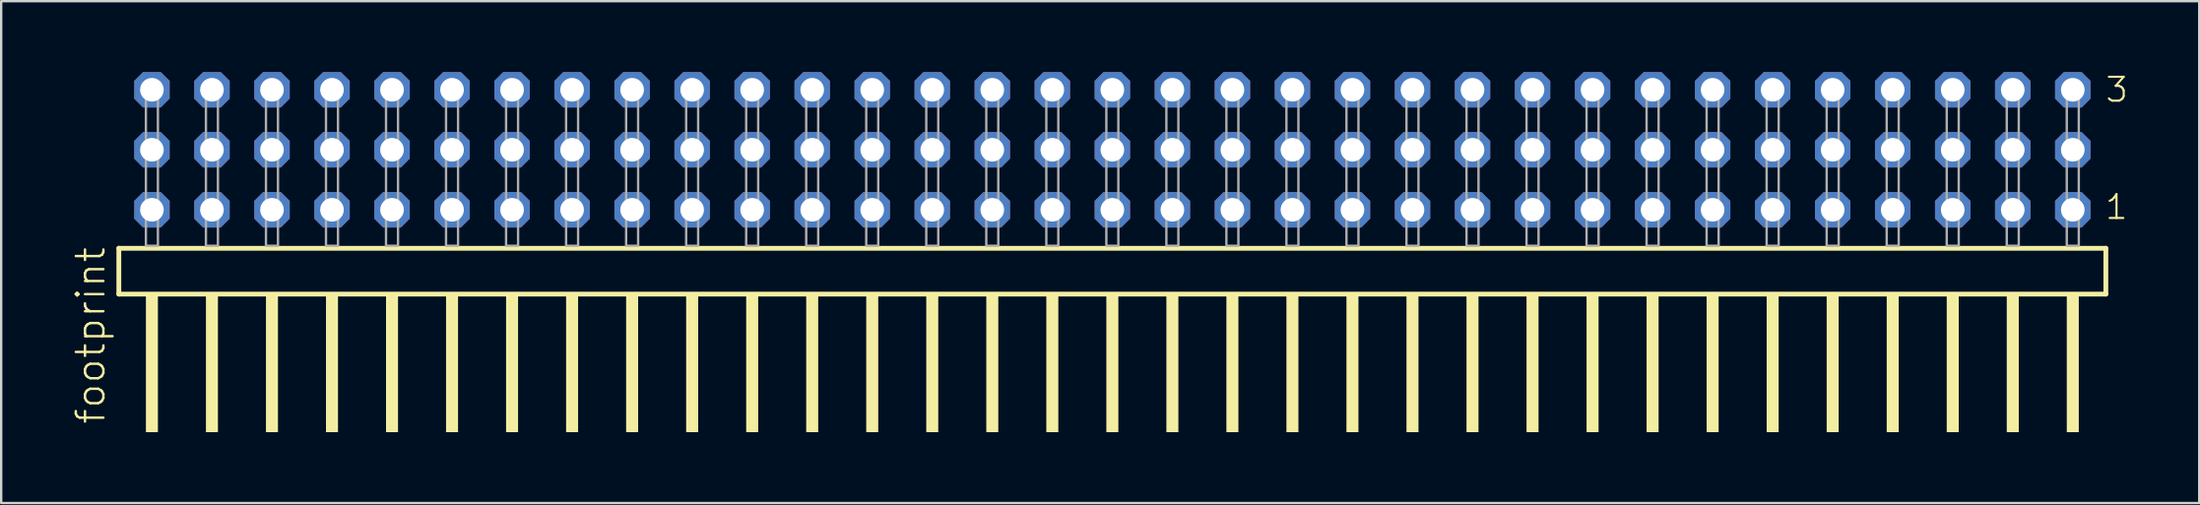
<source format=kicad_pcb>
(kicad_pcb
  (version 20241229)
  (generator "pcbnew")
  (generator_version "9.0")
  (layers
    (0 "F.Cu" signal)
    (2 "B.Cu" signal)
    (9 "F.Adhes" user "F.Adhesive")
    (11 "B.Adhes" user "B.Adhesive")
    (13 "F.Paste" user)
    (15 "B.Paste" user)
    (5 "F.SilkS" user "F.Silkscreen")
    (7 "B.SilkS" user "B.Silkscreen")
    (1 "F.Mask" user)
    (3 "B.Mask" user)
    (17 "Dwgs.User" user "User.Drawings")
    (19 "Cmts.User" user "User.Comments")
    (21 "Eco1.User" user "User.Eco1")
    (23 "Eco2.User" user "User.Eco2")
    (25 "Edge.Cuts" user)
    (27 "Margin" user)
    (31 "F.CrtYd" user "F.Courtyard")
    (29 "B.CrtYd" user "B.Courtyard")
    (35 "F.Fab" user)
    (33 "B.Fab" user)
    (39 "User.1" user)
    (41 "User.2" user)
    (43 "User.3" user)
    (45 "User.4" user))
  (footprint "footprint"
    (layer "F.Cu")
    (at 44.018 7.354)
    (property "Reference" "footprint" (at -42.545 7.62 90) (layer "F.SilkS") (effects (font (size 1.168 1.168) (thickness 0.102)) (justify left bottom)))
    (fp_line (start -42.039 0.106) (end -42.039 2.046) (stroke (width 0.203) (type solid)) (layer "F.SilkS"))
    (fp_line (start -42.039 2.046) (end 42.039 2.046) (stroke (width 0.203) (type solid)) (layer "F.SilkS"))
    (fp_line (start 42.039 0.106) (end -42.039 0.106) (stroke (width 0.203) (type solid)) (layer "F.SilkS"))
    (fp_line (start 42.039 2.046) (end 42.039 0.106) (stroke (width 0.203) (type solid)) (layer "F.SilkS"))
    (fp_poly (pts (xy -40.894 7.89) (xy -40.386 7.89) (xy -40.386 2.04) (xy -40.894 2.04)) (stroke (width 0) (type solid)) (fill yes) (layer "F.SilkS"))
    (fp_poly (pts (xy -38.354 7.89) (xy -37.846 7.89) (xy -37.846 2.04) (xy -38.354 2.04)) (stroke (width 0) (type solid)) (fill yes) (layer "F.SilkS"))
    (fp_poly (pts (xy -35.814 7.89) (xy -35.306 7.89) (xy -35.306 2.04) (xy -35.814 2.04)) (stroke (width 0) (type solid)) (fill yes) (layer "F.SilkS"))
    (fp_poly (pts (xy -33.274 7.89) (xy -32.766 7.89) (xy -32.766 2.04) (xy -33.274 2.04)) (stroke (width 0) (type solid)) (fill yes) (layer "F.SilkS"))
    (fp_poly (pts (xy -30.734 7.89) (xy -30.226 7.89) (xy -30.226 2.04) (xy -30.734 2.04)) (stroke (width 0) (type solid)) (fill yes) (layer "F.SilkS"))
    (fp_poly (pts (xy -28.194 7.89) (xy -27.686 7.89) (xy -27.686 2.04) (xy -28.194 2.04)) (stroke (width 0) (type solid)) (fill yes) (layer "F.SilkS"))
    (fp_poly (pts (xy -25.654 7.89) (xy -25.146 7.89) (xy -25.146 2.04) (xy -25.654 2.04)) (stroke (width 0) (type solid)) (fill yes) (layer "F.SilkS"))
    (fp_poly (pts (xy -23.114 7.89) (xy -22.606 7.89) (xy -22.606 2.04) (xy -23.114 2.04)) (stroke (width 0) (type solid)) (fill yes) (layer "F.SilkS"))
    (fp_poly (pts (xy -20.574 7.89) (xy -20.066 7.89) (xy -20.066 2.04) (xy -20.574 2.04)) (stroke (width 0) (type solid)) (fill yes) (layer "F.SilkS"))
    (fp_poly (pts (xy -18.034 7.89) (xy -17.526 7.89) (xy -17.526 2.04) (xy -18.034 2.04)) (stroke (width 0) (type solid)) (fill yes) (layer "F.SilkS"))
    (fp_poly (pts (xy -15.494 7.89) (xy -14.986 7.89) (xy -14.986 2.04) (xy -15.494 2.04)) (stroke (width 0) (type solid)) (fill yes) (layer "F.SilkS"))
    (fp_poly (pts (xy -12.954 7.89) (xy -12.446 7.89) (xy -12.446 2.04) (xy -12.954 2.04)) (stroke (width 0) (type solid)) (fill yes) (layer "F.SilkS"))
    (fp_poly (pts (xy -10.414 7.89) (xy -9.906 7.89) (xy -9.906 2.04) (xy -10.414 2.04)) (stroke (width 0) (type solid)) (fill yes) (layer "F.SilkS"))
    (fp_poly (pts (xy -7.874 7.89) (xy -7.366 7.89) (xy -7.366 2.04) (xy -7.874 2.04)) (stroke (width 0) (type solid)) (fill yes) (layer "F.SilkS"))
    (fp_poly (pts (xy -5.334 7.89) (xy -4.826 7.89) (xy -4.826 2.04) (xy -5.334 2.04)) (stroke (width 0) (type solid)) (fill yes) (layer "F.SilkS"))
    (fp_poly (pts (xy -2.794 7.89) (xy -2.286 7.89) (xy -2.286 2.04) (xy -2.794 2.04)) (stroke (width 0) (type solid)) (fill yes) (layer "F.SilkS"))
    (fp_poly (pts (xy -0.254 7.89) (xy 0.254 7.89) (xy 0.254 2.04) (xy -0.254 2.04)) (stroke (width 0) (type solid)) (fill yes) (layer "F.SilkS"))
    (fp_poly (pts (xy 2.286 7.89) (xy 2.794 7.89) (xy 2.794 2.04) (xy 2.286 2.04)) (stroke (width 0) (type solid)) (fill yes) (layer "F.SilkS"))
    (fp_poly (pts (xy 4.826 7.89) (xy 5.334 7.89) (xy 5.334 2.04) (xy 4.826 2.04)) (stroke (width 0) (type solid)) (fill yes) (layer "F.SilkS"))
    (fp_poly (pts (xy 7.366 7.89) (xy 7.874 7.89) (xy 7.874 2.04) (xy 7.366 2.04)) (stroke (width 0) (type solid)) (fill yes) (layer "F.SilkS"))
    (fp_poly (pts (xy 9.906 7.89) (xy 10.414 7.89) (xy 10.414 2.04) (xy 9.906 2.04)) (stroke (width 0) (type solid)) (fill yes) (layer "F.SilkS"))
    (fp_poly (pts (xy 12.446 7.89) (xy 12.954 7.89) (xy 12.954 2.04) (xy 12.446 2.04)) (stroke (width 0) (type solid)) (fill yes) (layer "F.SilkS"))
    (fp_poly (pts (xy 14.986 7.89) (xy 15.494 7.89) (xy 15.494 2.04) (xy 14.986 2.04)) (stroke (width 0) (type solid)) (fill yes) (layer "F.SilkS"))
    (fp_poly (pts (xy 17.526 7.89) (xy 18.034 7.89) (xy 18.034 2.04) (xy 17.526 2.04)) (stroke (width 0) (type solid)) (fill yes) (layer "F.SilkS"))
    (fp_poly (pts (xy 20.066 7.89) (xy 20.574 7.89) (xy 20.574 2.04) (xy 20.066 2.04)) (stroke (width 0) (type solid)) (fill yes) (layer "F.SilkS"))
    (fp_poly (pts (xy 22.606 7.89) (xy 23.114 7.89) (xy 23.114 2.04) (xy 22.606 2.04)) (stroke (width 0) (type solid)) (fill yes) (layer "F.SilkS"))
    (fp_poly (pts (xy 25.146 7.89) (xy 25.654 7.89) (xy 25.654 2.04) (xy 25.146 2.04)) (stroke (width 0) (type solid)) (fill yes) (layer "F.SilkS"))
    (fp_poly (pts (xy 27.686 7.89) (xy 28.194 7.89) (xy 28.194 2.04) (xy 27.686 2.04)) (stroke (width 0) (type solid)) (fill yes) (layer "F.SilkS"))
    (fp_poly (pts (xy 30.226 7.89) (xy 30.734 7.89) (xy 30.734 2.04) (xy 30.226 2.04)) (stroke (width 0) (type solid)) (fill yes) (layer "F.SilkS"))
    (fp_poly (pts (xy 32.766 7.89) (xy 33.274 7.89) (xy 33.274 2.04) (xy 32.766 2.04)) (stroke (width 0) (type solid)) (fill yes) (layer "F.SilkS"))
    (fp_poly (pts (xy 35.306 7.89) (xy 35.814 7.89) (xy 35.814 2.04) (xy 35.306 2.04)) (stroke (width 0) (type solid)) (fill yes) (layer "F.SilkS"))
    (fp_poly (pts (xy 37.846 7.89) (xy 38.354 7.89) (xy 38.354 2.04) (xy 37.846 2.04)) (stroke (width 0) (type solid)) (fill yes) (layer "F.SilkS"))
    (fp_poly (pts (xy 40.386 7.89) (xy 40.894 7.89) (xy 40.894 2.04) (xy 40.386 2.04)) (stroke (width 0) (type solid)) (fill yes) (layer "F.SilkS"))
    (fp_poly (pts (xy -40.894 0) (xy -40.386 0) (xy -40.386 -6.858) (xy -40.894 -6.858)) (stroke (width 0.1) (type solid)) (fill no) (layer "F.Fab"))
    (fp_poly (pts (xy -38.354 0) (xy -37.846 0) (xy -37.846 -6.858) (xy -38.354 -6.858)) (stroke (width 0.1) (type solid)) (fill no) (layer "F.Fab"))
    (fp_poly (pts (xy -35.814 0) (xy -35.306 0) (xy -35.306 -6.858) (xy -35.814 -6.858)) (stroke (width 0.1) (type solid)) (fill no) (layer "F.Fab"))
    (fp_poly (pts (xy -33.274 0) (xy -32.766 0) (xy -32.766 -6.858) (xy -33.274 -6.858)) (stroke (width 0.1) (type solid)) (fill no) (layer "F.Fab"))
    (fp_poly (pts (xy -30.734 0) (xy -30.226 0) (xy -30.226 -6.858) (xy -30.734 -6.858)) (stroke (width 0.1) (type solid)) (fill no) (layer "F.Fab"))
    (fp_poly (pts (xy -28.194 0) (xy -27.686 0) (xy -27.686 -6.858) (xy -28.194 -6.858)) (stroke (width 0.1) (type solid)) (fill no) (layer "F.Fab"))
    (fp_poly (pts (xy -25.654 0) (xy -25.146 0) (xy -25.146 -6.858) (xy -25.654 -6.858)) (stroke (width 0.1) (type solid)) (fill no) (layer "F.Fab"))
    (fp_poly (pts (xy -23.114 0) (xy -22.606 0) (xy -22.606 -6.858) (xy -23.114 -6.858)) (stroke (width 0.1) (type solid)) (fill no) (layer "F.Fab"))
    (fp_poly (pts (xy -20.574 0) (xy -20.066 0) (xy -20.066 -6.858) (xy -20.574 -6.858)) (stroke (width 0.1) (type solid)) (fill no) (layer "F.Fab"))
    (fp_poly (pts (xy -18.034 0) (xy -17.526 0) (xy -17.526 -6.858) (xy -18.034 -6.858)) (stroke (width 0.1) (type solid)) (fill no) (layer "F.Fab"))
    (fp_poly (pts (xy -15.494 0) (xy -14.986 0) (xy -14.986 -6.858) (xy -15.494 -6.858)) (stroke (width 0.1) (type solid)) (fill no) (layer "F.Fab"))
    (fp_poly (pts (xy -12.954 0) (xy -12.446 0) (xy -12.446 -6.858) (xy -12.954 -6.858)) (stroke (width 0.1) (type solid)) (fill no) (layer "F.Fab"))
    (fp_poly (pts (xy -10.414 0) (xy -9.906 0) (xy -9.906 -6.858) (xy -10.414 -6.858)) (stroke (width 0.1) (type solid)) (fill no) (layer "F.Fab"))
    (fp_poly (pts (xy -7.874 0) (xy -7.366 0) (xy -7.366 -6.858) (xy -7.874 -6.858)) (stroke (width 0.1) (type solid)) (fill no) (layer "F.Fab"))
    (fp_poly (pts (xy -5.334 0) (xy -4.826 0) (xy -4.826 -6.858) (xy -5.334 -6.858)) (stroke (width 0.1) (type solid)) (fill no) (layer "F.Fab"))
    (fp_poly (pts (xy -2.794 0) (xy -2.286 0) (xy -2.286 -6.858) (xy -2.794 -6.858)) (stroke (width 0.1) (type solid)) (fill no) (layer "F.Fab"))
    (fp_poly (pts (xy -0.254 0) (xy 0.254 0) (xy 0.254 -6.858) (xy -0.254 -6.858)) (stroke (width 0.1) (type solid)) (fill no) (layer "F.Fab"))
    (fp_poly (pts (xy 2.286 0) (xy 2.794 0) (xy 2.794 -6.858) (xy 2.286 -6.858)) (stroke (width 0.1) (type solid)) (fill no) (layer "F.Fab"))
    (fp_poly (pts (xy 4.826 0) (xy 5.334 0) (xy 5.334 -6.858) (xy 4.826 -6.858)) (stroke (width 0.1) (type solid)) (fill no) (layer "F.Fab"))
    (fp_poly (pts (xy 7.366 0) (xy 7.874 0) (xy 7.874 -6.858) (xy 7.366 -6.858)) (stroke (width 0.1) (type solid)) (fill no) (layer "F.Fab"))
    (fp_poly (pts (xy 9.906 0) (xy 10.414 0) (xy 10.414 -6.858) (xy 9.906 -6.858)) (stroke (width 0.1) (type solid)) (fill no) (layer "F.Fab"))
    (fp_poly (pts (xy 12.446 0) (xy 12.954 0) (xy 12.954 -6.858) (xy 12.446 -6.858)) (stroke (width 0.1) (type solid)) (fill no) (layer "F.Fab"))
    (fp_poly (pts (xy 14.986 0) (xy 15.494 0) (xy 15.494 -6.858) (xy 14.986 -6.858)) (stroke (width 0.1) (type solid)) (fill no) (layer "F.Fab"))
    (fp_poly (pts (xy 17.526 0) (xy 18.034 0) (xy 18.034 -6.858) (xy 17.526 -6.858)) (stroke (width 0.1) (type solid)) (fill no) (layer "F.Fab"))
    (fp_poly (pts (xy 20.066 0) (xy 20.574 0) (xy 20.574 -6.858) (xy 20.066 -6.858)) (stroke (width 0.1) (type solid)) (fill no) (layer "F.Fab"))
    (fp_poly (pts (xy 22.606 0) (xy 23.114 0) (xy 23.114 -6.858) (xy 22.606 -6.858)) (stroke (width 0.1) (type solid)) (fill no) (layer "F.Fab"))
    (fp_poly (pts (xy 25.146 0) (xy 25.654 0) (xy 25.654 -6.858) (xy 25.146 -6.858)) (stroke (width 0.1) (type solid)) (fill no) (layer "F.Fab"))
    (fp_poly (pts (xy 27.686 0) (xy 28.194 0) (xy 28.194 -6.858) (xy 27.686 -6.858)) (stroke (width 0.1) (type solid)) (fill no) (layer "F.Fab"))
    (fp_poly (pts (xy 30.226 0) (xy 30.734 0) (xy 30.734 -6.858) (xy 30.226 -6.858)) (stroke (width 0.1) (type solid)) (fill no) (layer "F.Fab"))
    (fp_poly (pts (xy 32.766 0) (xy 33.274 0) (xy 33.274 -6.858) (xy 32.766 -6.858)) (stroke (width 0.1) (type solid)) (fill no) (layer "F.Fab"))
    (fp_poly (pts (xy 35.306 0) (xy 35.814 0) (xy 35.814 -6.858) (xy 35.306 -6.858)) (stroke (width 0.1) (type solid)) (fill no) (layer "F.Fab"))
    (fp_poly (pts (xy 37.846 0) (xy 38.354 0) (xy 38.354 -6.858) (xy 37.846 -6.858)) (stroke (width 0.1) (type solid)) (fill no) (layer "F.Fab"))
    (fp_poly (pts (xy 40.386 0) (xy 40.894 0) (xy 40.894 -6.858) (xy 40.386 -6.858)) (stroke (width 0.1) (type solid)) (fill no) (layer "F.Fab"))
    (fp_text user "3" (at 41.965 -6.015 0) (layer "F.SilkS") (effects (font (size 1.012 1.012) (thickness 0.088)) (justify left bottom)))
    (fp_text user "1" (at 41.95 -1.05 0) (layer "F.SilkS") (effects (font (size 1.012 1.012) (thickness 0.088)) (justify left bottom)))
    (pad "1" thru_hole roundrect (at 40.64 -1.524 180) (size 1.5 1.5) (drill 1) (layers "*.Cu" "*.Mask") (roundrect_rratio 0.25) (chamfer_ratio 0.25) (chamfer top_left top_right bottom_left bottom_right))
    (pad "2" thru_hole roundrect (at 40.64 -4.064 180) (size 1.5 1.5) (drill 1) (layers "*.Cu" "*.Mask") (roundrect_rratio 0.25) (chamfer_ratio 0.25) (chamfer top_left top_right bottom_left bottom_right))
    (pad "3" thru_hole roundrect (at 40.64 -6.604 180) (size 1.5 1.5) (drill 1) (layers "*.Cu" "*.Mask") (roundrect_rratio 0.25) (chamfer_ratio 0.25) (chamfer top_left top_right bottom_left bottom_right))
    (pad "4" thru_hole roundrect (at 38.1 -1.524 180) (size 1.5 1.5) (drill 1) (layers "*.Cu" "*.Mask") (roundrect_rratio 0.25) (chamfer_ratio 0.25) (chamfer top_left top_right bottom_left bottom_right))
    (pad "5" thru_hole roundrect (at 38.1 -4.064 180) (size 1.5 1.5) (drill 1) (layers "*.Cu" "*.Mask") (roundrect_rratio 0.25) (chamfer_ratio 0.25) (chamfer top_left top_right bottom_left bottom_right))
    (pad "6" thru_hole roundrect (at 38.1 -6.604 180) (size 1.5 1.5) (drill 1) (layers "*.Cu" "*.Mask") (roundrect_rratio 0.25) (chamfer_ratio 0.25) (chamfer top_left top_right bottom_left bottom_right))
    (pad "7" thru_hole roundrect (at 35.56 -1.524 180) (size 1.5 1.5) (drill 1) (layers "*.Cu" "*.Mask") (roundrect_rratio 0.25) (chamfer_ratio 0.25) (chamfer top_left top_right bottom_left bottom_right))
    (pad "8" thru_hole roundrect (at 35.56 -4.064 180) (size 1.5 1.5) (drill 1) (layers "*.Cu" "*.Mask") (roundrect_rratio 0.25) (chamfer_ratio 0.25) (chamfer top_left top_right bottom_left bottom_right))
    (pad "9" thru_hole roundrect (at 35.56 -6.604 180) (size 1.5 1.5) (drill 1) (layers "*.Cu" "*.Mask") (roundrect_rratio 0.25) (chamfer_ratio 0.25) (chamfer top_left top_right bottom_left bottom_right))
    (pad "10" thru_hole roundrect (at 33.02 -1.524 180) (size 1.5 1.5) (drill 1) (layers "*.Cu" "*.Mask") (roundrect_rratio 0.25) (chamfer_ratio 0.25) (chamfer top_left top_right bottom_left bottom_right))
    (pad "11" thru_hole roundrect (at 33.02 -4.064 180) (size 1.5 1.5) (drill 1) (layers "*.Cu" "*.Mask") (roundrect_rratio 0.25) (chamfer_ratio 0.25) (chamfer top_left top_right bottom_left bottom_right))
    (pad "12" thru_hole roundrect (at 33.02 -6.604 180) (size 1.5 1.5) (drill 1) (layers "*.Cu" "*.Mask") (roundrect_rratio 0.25) (chamfer_ratio 0.25) (chamfer top_left top_right bottom_left bottom_right))
    (pad "13" thru_hole roundrect (at 30.48 -1.524 180) (size 1.5 1.5) (drill 1) (layers "*.Cu" "*.Mask") (roundrect_rratio 0.25) (chamfer_ratio 0.25) (chamfer top_left top_right bottom_left bottom_right))
    (pad "14" thru_hole roundrect (at 30.48 -4.064 180) (size 1.5 1.5) (drill 1) (layers "*.Cu" "*.Mask") (roundrect_rratio 0.25) (chamfer_ratio 0.25) (chamfer top_left top_right bottom_left bottom_right))
    (pad "15" thru_hole roundrect (at 30.48 -6.604 180) (size 1.5 1.5) (drill 1) (layers "*.Cu" "*.Mask") (roundrect_rratio 0.25) (chamfer_ratio 0.25) (chamfer top_left top_right bottom_left bottom_right))
    (pad "16" thru_hole roundrect (at 27.94 -1.524 180) (size 1.5 1.5) (drill 1) (layers "*.Cu" "*.Mask") (roundrect_rratio 0.25) (chamfer_ratio 0.25) (chamfer top_left top_right bottom_left bottom_right))
    (pad "17" thru_hole roundrect (at 27.94 -4.064 180) (size 1.5 1.5) (drill 1) (layers "*.Cu" "*.Mask") (roundrect_rratio 0.25) (chamfer_ratio 0.25) (chamfer top_left top_right bottom_left bottom_right))
    (pad "18" thru_hole roundrect (at 27.94 -6.604 180) (size 1.5 1.5) (drill 1) (layers "*.Cu" "*.Mask") (roundrect_rratio 0.25) (chamfer_ratio 0.25) (chamfer top_left top_right bottom_left bottom_right))
    (pad "19" thru_hole roundrect (at 25.4 -1.524 180) (size 1.5 1.5) (drill 1) (layers "*.Cu" "*.Mask") (roundrect_rratio 0.25) (chamfer_ratio 0.25) (chamfer top_left top_right bottom_left bottom_right))
    (pad "20" thru_hole roundrect (at 25.4 -4.064 180) (size 1.5 1.5) (drill 1) (layers "*.Cu" "*.Mask") (roundrect_rratio 0.25) (chamfer_ratio 0.25) (chamfer top_left top_right bottom_left bottom_right))
    (pad "21" thru_hole roundrect (at 25.4 -6.604 180) (size 1.5 1.5) (drill 1) (layers "*.Cu" "*.Mask") (roundrect_rratio 0.25) (chamfer_ratio 0.25) (chamfer top_left top_right bottom_left bottom_right))
    (pad "22" thru_hole roundrect (at 22.86 -1.524 180) (size 1.5 1.5) (drill 1) (layers "*.Cu" "*.Mask") (roundrect_rratio 0.25) (chamfer_ratio 0.25) (chamfer top_left top_right bottom_left bottom_right))
    (pad "23" thru_hole roundrect (at 22.86 -4.064 180) (size 1.5 1.5) (drill 1) (layers "*.Cu" "*.Mask") (roundrect_rratio 0.25) (chamfer_ratio 0.25) (chamfer top_left top_right bottom_left bottom_right))
    (pad "24" thru_hole roundrect (at 22.86 -6.604 180) (size 1.5 1.5) (drill 1) (layers "*.Cu" "*.Mask") (roundrect_rratio 0.25) (chamfer_ratio 0.25) (chamfer top_left top_right bottom_left bottom_right))
    (pad "25" thru_hole roundrect (at 20.32 -1.524 180) (size 1.5 1.5) (drill 1) (layers "*.Cu" "*.Mask") (roundrect_rratio 0.25) (chamfer_ratio 0.25) (chamfer top_left top_right bottom_left bottom_right))
    (pad "26" thru_hole roundrect (at 20.32 -4.064 180) (size 1.5 1.5) (drill 1) (layers "*.Cu" "*.Mask") (roundrect_rratio 0.25) (chamfer_ratio 0.25) (chamfer top_left top_right bottom_left bottom_right))
    (pad "27" thru_hole roundrect (at 20.32 -6.604 180) (size 1.5 1.5) (drill 1) (layers "*.Cu" "*.Mask") (roundrect_rratio 0.25) (chamfer_ratio 0.25) (chamfer top_left top_right bottom_left bottom_right))
    (pad "28" thru_hole roundrect (at 17.78 -1.524 180) (size 1.5 1.5) (drill 1) (layers "*.Cu" "*.Mask") (roundrect_rratio 0.25) (chamfer_ratio 0.25) (chamfer top_left top_right bottom_left bottom_right))
    (pad "29" thru_hole roundrect (at 17.78 -4.064 180) (size 1.5 1.5) (drill 1) (layers "*.Cu" "*.Mask") (roundrect_rratio 0.25) (chamfer_ratio 0.25) (chamfer top_left top_right bottom_left bottom_right))
    (pad "30" thru_hole roundrect (at 17.78 -6.604 180) (size 1.5 1.5) (drill 1) (layers "*.Cu" "*.Mask") (roundrect_rratio 0.25) (chamfer_ratio 0.25) (chamfer top_left top_right bottom_left bottom_right))
    (pad "31" thru_hole roundrect (at 15.24 -1.524 180) (size 1.5 1.5) (drill 1) (layers "*.Cu" "*.Mask") (roundrect_rratio 0.25) (chamfer_ratio 0.25) (chamfer top_left top_right bottom_left bottom_right))
    (pad "32" thru_hole roundrect (at 15.24 -4.064 180) (size 1.5 1.5) (drill 1) (layers "*.Cu" "*.Mask") (roundrect_rratio 0.25) (chamfer_ratio 0.25) (chamfer top_left top_right bottom_left bottom_right))
    (pad "33" thru_hole roundrect (at 15.24 -6.604 180) (size 1.5 1.5) (drill 1) (layers "*.Cu" "*.Mask") (roundrect_rratio 0.25) (chamfer_ratio 0.25) (chamfer top_left top_right bottom_left bottom_right))
    (pad "34" thru_hole roundrect (at 12.7 -1.524 180) (size 1.5 1.5) (drill 1) (layers "*.Cu" "*.Mask") (roundrect_rratio 0.25) (chamfer_ratio 0.25) (chamfer top_left top_right bottom_left bottom_right))
    (pad "35" thru_hole roundrect (at 12.7 -4.064 180) (size 1.5 1.5) (drill 1) (layers "*.Cu" "*.Mask") (roundrect_rratio 0.25) (chamfer_ratio 0.25) (chamfer top_left top_right bottom_left bottom_right))
    (pad "36" thru_hole roundrect (at 12.7 -6.604 180) (size 1.5 1.5) (drill 1) (layers "*.Cu" "*.Mask") (roundrect_rratio 0.25) (chamfer_ratio 0.25) (chamfer top_left top_right bottom_left bottom_right))
    (pad "37" thru_hole roundrect (at 10.16 -1.524 180) (size 1.5 1.5) (drill 1) (layers "*.Cu" "*.Mask") (roundrect_rratio 0.25) (chamfer_ratio 0.25) (chamfer top_left top_right bottom_left bottom_right))
    (pad "38" thru_hole roundrect (at 10.16 -4.064 180) (size 1.5 1.5) (drill 1) (layers "*.Cu" "*.Mask") (roundrect_rratio 0.25) (chamfer_ratio 0.25) (chamfer top_left top_right bottom_left bottom_right))
    (pad "39" thru_hole roundrect (at 10.16 -6.604 180) (size 1.5 1.5) (drill 1) (layers "*.Cu" "*.Mask") (roundrect_rratio 0.25) (chamfer_ratio 0.25) (chamfer top_left top_right bottom_left bottom_right))
    (pad "40" thru_hole roundrect (at 7.62 -1.524 180) (size 1.5 1.5) (drill 1) (layers "*.Cu" "*.Mask") (roundrect_rratio 0.25) (chamfer_ratio 0.25) (chamfer top_left top_right bottom_left bottom_right))
    (pad "41" thru_hole roundrect (at 7.62 -4.064 180) (size 1.5 1.5) (drill 1) (layers "*.Cu" "*.Mask") (roundrect_rratio 0.25) (chamfer_ratio 0.25) (chamfer top_left top_right bottom_left bottom_right))
    (pad "42" thru_hole roundrect (at 7.62 -6.604 180) (size 1.5 1.5) (drill 1) (layers "*.Cu" "*.Mask") (roundrect_rratio 0.25) (chamfer_ratio 0.25) (chamfer top_left top_right bottom_left bottom_right))
    (pad "43" thru_hole roundrect (at 5.08 -1.524 180) (size 1.5 1.5) (drill 1) (layers "*.Cu" "*.Mask") (roundrect_rratio 0.25) (chamfer_ratio 0.25) (chamfer top_left top_right bottom_left bottom_right))
    (pad "44" thru_hole roundrect (at 5.08 -4.064 180) (size 1.5 1.5) (drill 1) (layers "*.Cu" "*.Mask") (roundrect_rratio 0.25) (chamfer_ratio 0.25) (chamfer top_left top_right bottom_left bottom_right))
    (pad "45" thru_hole roundrect (at 5.08 -6.604 180) (size 1.5 1.5) (drill 1) (layers "*.Cu" "*.Mask") (roundrect_rratio 0.25) (chamfer_ratio 0.25) (chamfer top_left top_right bottom_left bottom_right))
    (pad "46" thru_hole roundrect (at 2.54 -1.524 180) (size 1.5 1.5) (drill 1) (layers "*.Cu" "*.Mask") (roundrect_rratio 0.25) (chamfer_ratio 0.25) (chamfer top_left top_right bottom_left bottom_right))
    (pad "47" thru_hole roundrect (at 2.54 -4.064 180) (size 1.5 1.5) (drill 1) (layers "*.Cu" "*.Mask") (roundrect_rratio 0.25) (chamfer_ratio 0.25) (chamfer top_left top_right bottom_left bottom_right))
    (pad "48" thru_hole roundrect (at 2.54 -6.604 180) (size 1.5 1.5) (drill 1) (layers "*.Cu" "*.Mask") (roundrect_rratio 0.25) (chamfer_ratio 0.25) (chamfer top_left top_right bottom_left bottom_right))
    (pad "49" thru_hole roundrect (at 0 -1.524 180) (size 1.5 1.5) (drill 1) (layers "*.Cu" "*.Mask") (roundrect_rratio 0.25) (chamfer_ratio 0.25) (chamfer top_left top_right bottom_left bottom_right))
    (pad "50" thru_hole roundrect (at 0 -4.064 180) (size 1.5 1.5) (drill 1) (layers "*.Cu" "*.Mask") (roundrect_rratio 0.25) (chamfer_ratio 0.25) (chamfer top_left top_right bottom_left bottom_right))
    (pad "51" thru_hole roundrect (at 0 -6.604 180) (size 1.5 1.5) (drill 1) (layers "*.Cu" "*.Mask") (roundrect_rratio 0.25) (chamfer_ratio 0.25) (chamfer top_left top_right bottom_left bottom_right))
    (pad "52" thru_hole roundrect (at -2.54 -1.524 180) (size 1.5 1.5) (drill 1) (layers "*.Cu" "*.Mask") (roundrect_rratio 0.25) (chamfer_ratio 0.25) (chamfer top_left top_right bottom_left bottom_right))
    (pad "53" thru_hole roundrect (at -2.54 -4.064 180) (size 1.5 1.5) (drill 1) (layers "*.Cu" "*.Mask") (roundrect_rratio 0.25) (chamfer_ratio 0.25) (chamfer top_left top_right bottom_left bottom_right))
    (pad "54" thru_hole roundrect (at -2.54 -6.604 180) (size 1.5 1.5) (drill 1) (layers "*.Cu" "*.Mask") (roundrect_rratio 0.25) (chamfer_ratio 0.25) (chamfer top_left top_right bottom_left bottom_right))
    (pad "55" thru_hole roundrect (at -5.08 -1.524 180) (size 1.5 1.5) (drill 1) (layers "*.Cu" "*.Mask") (roundrect_rratio 0.25) (chamfer_ratio 0.25) (chamfer top_left top_right bottom_left bottom_right))
    (pad "56" thru_hole roundrect (at -5.08 -4.064 180) (size 1.5 1.5) (drill 1) (layers "*.Cu" "*.Mask") (roundrect_rratio 0.25) (chamfer_ratio 0.25) (chamfer top_left top_right bottom_left bottom_right))
    (pad "57" thru_hole roundrect (at -5.08 -6.604 180) (size 1.5 1.5) (drill 1) (layers "*.Cu" "*.Mask") (roundrect_rratio 0.25) (chamfer_ratio 0.25) (chamfer top_left top_right bottom_left bottom_right))
    (pad "58" thru_hole roundrect (at -7.62 -1.524 180) (size 1.5 1.5) (drill 1) (layers "*.Cu" "*.Mask") (roundrect_rratio 0.25) (chamfer_ratio 0.25) (chamfer top_left top_right bottom_left bottom_right))
    (pad "59" thru_hole roundrect (at -7.62 -4.064 180) (size 1.5 1.5) (drill 1) (layers "*.Cu" "*.Mask") (roundrect_rratio 0.25) (chamfer_ratio 0.25) (chamfer top_left top_right bottom_left bottom_right))
    (pad "60" thru_hole roundrect (at -7.62 -6.604 180) (size 1.5 1.5) (drill 1) (layers "*.Cu" "*.Mask") (roundrect_rratio 0.25) (chamfer_ratio 0.25) (chamfer top_left top_right bottom_left bottom_right))
    (pad "61" thru_hole roundrect (at -10.16 -1.524 180) (size 1.5 1.5) (drill 1) (layers "*.Cu" "*.Mask") (roundrect_rratio 0.25) (chamfer_ratio 0.25) (chamfer top_left top_right bottom_left bottom_right))
    (pad "62" thru_hole roundrect (at -10.16 -4.064 180) (size 1.5 1.5) (drill 1) (layers "*.Cu" "*.Mask") (roundrect_rratio 0.25) (chamfer_ratio 0.25) (chamfer top_left top_right bottom_left bottom_right))
    (pad "63" thru_hole roundrect (at -10.16 -6.604 180) (size 1.5 1.5) (drill 1) (layers "*.Cu" "*.Mask") (roundrect_rratio 0.25) (chamfer_ratio 0.25) (chamfer top_left top_right bottom_left bottom_right))
    (pad "64" thru_hole roundrect (at -12.7 -1.524 180) (size 1.5 1.5) (drill 1) (layers "*.Cu" "*.Mask") (roundrect_rratio 0.25) (chamfer_ratio 0.25) (chamfer top_left top_right bottom_left bottom_right))
    (pad "65" thru_hole roundrect (at -12.7 -4.064 180) (size 1.5 1.5) (drill 1) (layers "*.Cu" "*.Mask") (roundrect_rratio 0.25) (chamfer_ratio 0.25) (chamfer top_left top_right bottom_left bottom_right))
    (pad "66" thru_hole roundrect (at -12.7 -6.604 180) (size 1.5 1.5) (drill 1) (layers "*.Cu" "*.Mask") (roundrect_rratio 0.25) (chamfer_ratio 0.25) (chamfer top_left top_right bottom_left bottom_right))
    (pad "67" thru_hole roundrect (at -15.24 -1.524 180) (size 1.5 1.5) (drill 1) (layers "*.Cu" "*.Mask") (roundrect_rratio 0.25) (chamfer_ratio 0.25) (chamfer top_left top_right bottom_left bottom_right))
    (pad "68" thru_hole roundrect (at -15.24 -4.064 180) (size 1.5 1.5) (drill 1) (layers "*.Cu" "*.Mask") (roundrect_rratio 0.25) (chamfer_ratio 0.25) (chamfer top_left top_right bottom_left bottom_right))
    (pad "69" thru_hole roundrect (at -15.24 -6.604 180) (size 1.5 1.5) (drill 1) (layers "*.Cu" "*.Mask") (roundrect_rratio 0.25) (chamfer_ratio 0.25) (chamfer top_left top_right bottom_left bottom_right))
    (pad "70" thru_hole roundrect (at -17.78 -1.524 180) (size 1.5 1.5) (drill 1) (layers "*.Cu" "*.Mask") (roundrect_rratio 0.25) (chamfer_ratio 0.25) (chamfer top_left top_right bottom_left bottom_right))
    (pad "71" thru_hole roundrect (at -17.78 -4.064 180) (size 1.5 1.5) (drill 1) (layers "*.Cu" "*.Mask") (roundrect_rratio 0.25) (chamfer_ratio 0.25) (chamfer top_left top_right bottom_left bottom_right))
    (pad "72" thru_hole roundrect (at -17.78 -6.604 180) (size 1.5 1.5) (drill 1) (layers "*.Cu" "*.Mask") (roundrect_rratio 0.25) (chamfer_ratio 0.25) (chamfer top_left top_right bottom_left bottom_right))
    (pad "73" thru_hole roundrect (at -20.32 -1.524 180) (size 1.5 1.5) (drill 1) (layers "*.Cu" "*.Mask") (roundrect_rratio 0.25) (chamfer_ratio 0.25) (chamfer top_left top_right bottom_left bottom_right))
    (pad "74" thru_hole roundrect (at -20.32 -4.064 180) (size 1.5 1.5) (drill 1) (layers "*.Cu" "*.Mask") (roundrect_rratio 0.25) (chamfer_ratio 0.25) (chamfer top_left top_right bottom_left bottom_right))
    (pad "75" thru_hole roundrect (at -20.32 -6.604 180) (size 1.5 1.5) (drill 1) (layers "*.Cu" "*.Mask") (roundrect_rratio 0.25) (chamfer_ratio 0.25) (chamfer top_left top_right bottom_left bottom_right))
    (pad "76" thru_hole roundrect (at -22.86 -1.524 180) (size 1.5 1.5) (drill 1) (layers "*.Cu" "*.Mask") (roundrect_rratio 0.25) (chamfer_ratio 0.25) (chamfer top_left top_right bottom_left bottom_right))
    (pad "77" thru_hole roundrect (at -22.86 -4.064 180) (size 1.5 1.5) (drill 1) (layers "*.Cu" "*.Mask") (roundrect_rratio 0.25) (chamfer_ratio 0.25) (chamfer top_left top_right bottom_left bottom_right))
    (pad "78" thru_hole roundrect (at -22.86 -6.604 180) (size 1.5 1.5) (drill 1) (layers "*.Cu" "*.Mask") (roundrect_rratio 0.25) (chamfer_ratio 0.25) (chamfer top_left top_right bottom_left bottom_right))
    (pad "79" thru_hole roundrect (at -25.4 -1.524 180) (size 1.5 1.5) (drill 1) (layers "*.Cu" "*.Mask") (roundrect_rratio 0.25) (chamfer_ratio 0.25) (chamfer top_left top_right bottom_left bottom_right))
    (pad "80" thru_hole roundrect (at -25.4 -4.064 180) (size 1.5 1.5) (drill 1) (layers "*.Cu" "*.Mask") (roundrect_rratio 0.25) (chamfer_ratio 0.25) (chamfer top_left top_right bottom_left bottom_right))
    (pad "81" thru_hole roundrect (at -25.4 -6.604 180) (size 1.5 1.5) (drill 1) (layers "*.Cu" "*.Mask") (roundrect_rratio 0.25) (chamfer_ratio 0.25) (chamfer top_left top_right bottom_left bottom_right))
    (pad "82" thru_hole roundrect (at -27.94 -1.524 180) (size 1.5 1.5) (drill 1) (layers "*.Cu" "*.Mask") (roundrect_rratio 0.25) (chamfer_ratio 0.25) (chamfer top_left top_right bottom_left bottom_right))
    (pad "83" thru_hole roundrect (at -27.94 -4.064 180) (size 1.5 1.5) (drill 1) (layers "*.Cu" "*.Mask") (roundrect_rratio 0.25) (chamfer_ratio 0.25) (chamfer top_left top_right bottom_left bottom_right))
    (pad "84" thru_hole roundrect (at -27.94 -6.604 180) (size 1.5 1.5) (drill 1) (layers "*.Cu" "*.Mask") (roundrect_rratio 0.25) (chamfer_ratio 0.25) (chamfer top_left top_right bottom_left bottom_right))
    (pad "85" thru_hole roundrect (at -30.48 -1.524 180) (size 1.5 1.5) (drill 1) (layers "*.Cu" "*.Mask") (roundrect_rratio 0.25) (chamfer_ratio 0.25) (chamfer top_left top_right bottom_left bottom_right))
    (pad "86" thru_hole roundrect (at -30.48 -4.064 180) (size 1.5 1.5) (drill 1) (layers "*.Cu" "*.Mask") (roundrect_rratio 0.25) (chamfer_ratio 0.25) (chamfer top_left top_right bottom_left bottom_right))
    (pad "87" thru_hole roundrect (at -30.48 -6.604 180) (size 1.5 1.5) (drill 1) (layers "*.Cu" "*.Mask") (roundrect_rratio 0.25) (chamfer_ratio 0.25) (chamfer top_left top_right bottom_left bottom_right))
    (pad "88" thru_hole roundrect (at -33.02 -1.524 180) (size 1.5 1.5) (drill 1) (layers "*.Cu" "*.Mask") (roundrect_rratio 0.25) (chamfer_ratio 0.25) (chamfer top_left top_right bottom_left bottom_right))
    (pad "89" thru_hole roundrect (at -33.02 -4.064 180) (size 1.5 1.5) (drill 1) (layers "*.Cu" "*.Mask") (roundrect_rratio 0.25) (chamfer_ratio 0.25) (chamfer top_left top_right bottom_left bottom_right))
    (pad "90" thru_hole roundrect (at -33.02 -6.604 180) (size 1.5 1.5) (drill 1) (layers "*.Cu" "*.Mask") (roundrect_rratio 0.25) (chamfer_ratio 0.25) (chamfer top_left top_right bottom_left bottom_right))
    (pad "91" thru_hole roundrect (at -35.56 -1.524 180) (size 1.5 1.5) (drill 1) (layers "*.Cu" "*.Mask") (roundrect_rratio 0.25) (chamfer_ratio 0.25) (chamfer top_left top_right bottom_left bottom_right))
    (pad "92" thru_hole roundrect (at -35.56 -4.064 180) (size 1.5 1.5) (drill 1) (layers "*.Cu" "*.Mask") (roundrect_rratio 0.25) (chamfer_ratio 0.25) (chamfer top_left top_right bottom_left bottom_right))
    (pad "93" thru_hole roundrect (at -35.56 -6.604 180) (size 1.5 1.5) (drill 1) (layers "*.Cu" "*.Mask") (roundrect_rratio 0.25) (chamfer_ratio 0.25) (chamfer top_left top_right bottom_left bottom_right))
    (pad "94" thru_hole roundrect (at -38.1 -1.524 180) (size 1.5 1.5) (drill 1) (layers "*.Cu" "*.Mask") (roundrect_rratio 0.25) (chamfer_ratio 0.25) (chamfer top_left top_right bottom_left bottom_right))
    (pad "95" thru_hole roundrect (at -38.1 -4.064 180) (size 1.5 1.5) (drill 1) (layers "*.Cu" "*.Mask") (roundrect_rratio 0.25) (chamfer_ratio 0.25) (chamfer top_left top_right bottom_left bottom_right))
    (pad "96" thru_hole roundrect (at -38.1 -6.604 180) (size 1.5 1.5) (drill 1) (layers "*.Cu" "*.Mask") (roundrect_rratio 0.25) (chamfer_ratio 0.25) (chamfer top_left top_right bottom_left bottom_right))
    (pad "97" thru_hole roundrect (at -40.64 -1.524 180) (size 1.5 1.5) (drill 1) (layers "*.Cu" "*.Mask") (roundrect_rratio 0.25) (chamfer_ratio 0.25) (chamfer top_left top_right bottom_left bottom_right))
    (pad "98" thru_hole roundrect (at -40.64 -4.064 180) (size 1.5 1.5) (drill 1) (layers "*.Cu" "*.Mask") (roundrect_rratio 0.25) (chamfer_ratio 0.25) (chamfer top_left top_right bottom_left bottom_right))
    (pad "99" thru_hole roundrect (at -40.64 -6.604 180) (size 1.5 1.5) (drill 1) (layers "*.Cu" "*.Mask") (roundrect_rratio 0.25) (chamfer_ratio 0.25) (chamfer top_left top_right bottom_left bottom_right)))
  (gr_rect
    (start -3 -3)
    (end 90.009 18.244)
    (stroke (width 0.1) (type default))
    (fill no)
    (layer "Edge.Cuts")))
</source>
